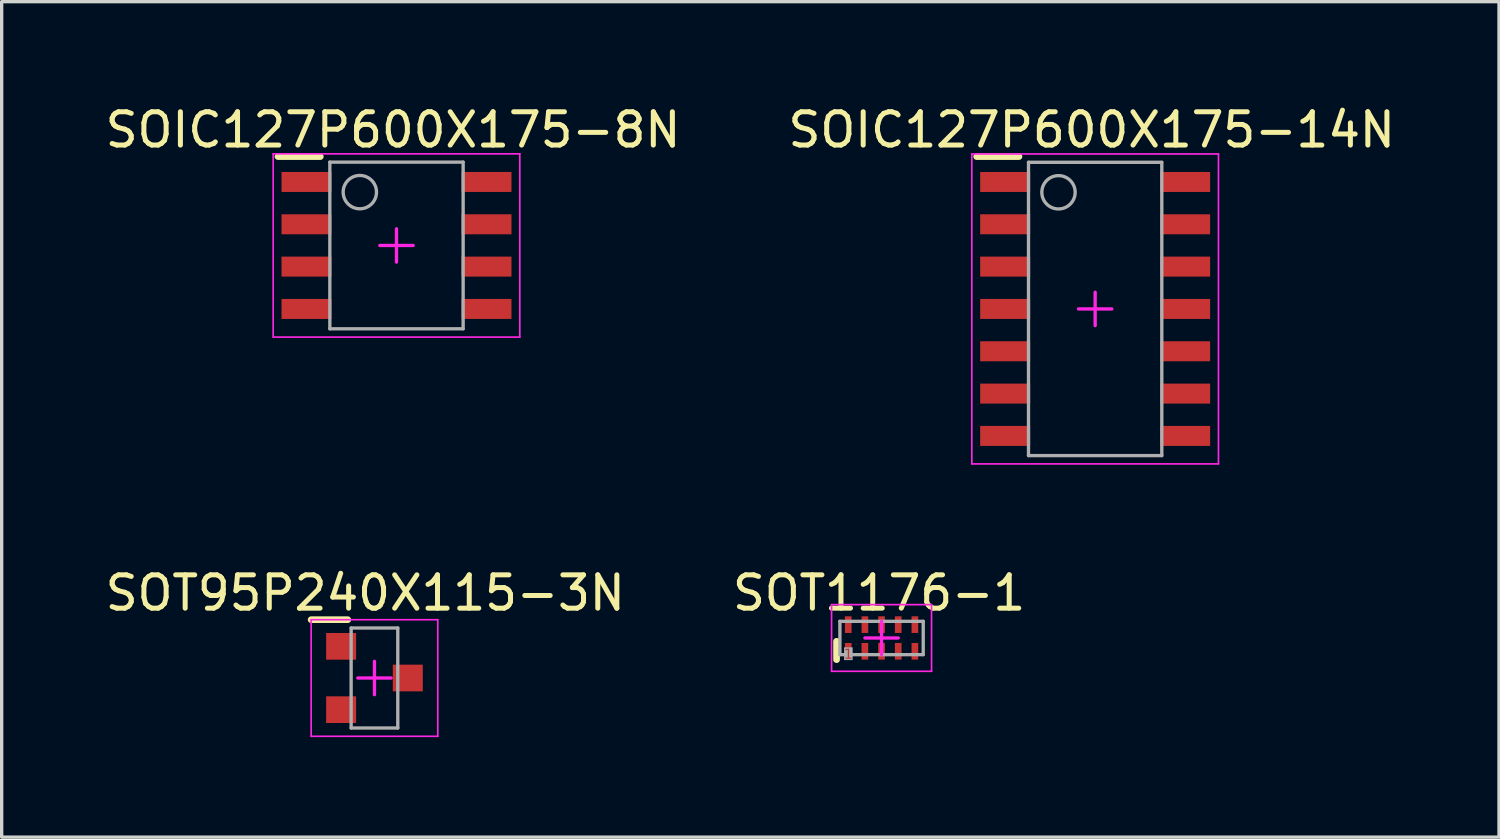
<source format=kicad_pcb>
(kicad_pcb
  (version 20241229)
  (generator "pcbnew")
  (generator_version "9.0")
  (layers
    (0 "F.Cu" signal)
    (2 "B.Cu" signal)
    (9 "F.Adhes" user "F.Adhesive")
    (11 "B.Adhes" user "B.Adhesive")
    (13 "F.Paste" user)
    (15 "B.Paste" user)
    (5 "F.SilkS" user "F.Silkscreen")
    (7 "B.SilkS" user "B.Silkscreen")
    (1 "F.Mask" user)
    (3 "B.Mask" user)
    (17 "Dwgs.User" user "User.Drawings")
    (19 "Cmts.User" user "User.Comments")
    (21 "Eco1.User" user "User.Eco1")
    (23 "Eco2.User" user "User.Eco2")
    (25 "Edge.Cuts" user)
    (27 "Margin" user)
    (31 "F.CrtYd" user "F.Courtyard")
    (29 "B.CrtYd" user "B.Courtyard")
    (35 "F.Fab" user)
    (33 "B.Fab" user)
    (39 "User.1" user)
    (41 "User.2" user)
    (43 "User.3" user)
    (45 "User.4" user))
  (footprint "SOIC127P600X175-8N"
    (layer "F.Cu")
    (at 8.847 4.315)
    (property "Reference" "SOIC127P600X175-8N" (at -0.103 -3.467 0) (layer "F.SilkS") (effects (font (size 1 1) (thickness 0.15))))
    (fp_line (start -3.556 -2.667) (end -2.286 -2.667) (stroke (width 0.2) (type solid)) (layer "F.SilkS"))
    (fp_line (start -3.7 -2.75) (end 3.7 -2.75) (stroke (width 0.05) (type solid)) (layer "F.CrtYd"))
    (fp_line (start -3.7 2.75) (end -3.7 -2.75) (stroke (width 0.05) (type solid)) (layer "F.CrtYd"))
    (fp_line (start -3.7 2.75) (end 3.7 2.75) (stroke (width 0.05) (type solid)) (layer "F.CrtYd"))
    (fp_line (start -0.5 0) (end 0.5 0) (stroke (width 0.1) (type solid)) (layer "F.CrtYd"))
    (fp_line (start 0 0.5) (end 0 -0.5) (stroke (width 0.1) (type solid)) (layer "F.CrtYd"))
    (fp_line (start 3.7 2.75) (end 3.7 -2.75) (stroke (width 0.05) (type solid)) (layer "F.CrtYd"))
    (fp_line (start -2 -2.5) (end 2 -2.5) (stroke (width 0.1) (type solid)) (layer "F.Fab"))
    (fp_line (start -2 2.5) (end -2 -2.5) (stroke (width 0.1) (type solid)) (layer "F.Fab"))
    (fp_line (start -2 2.5) (end 2 2.5) (stroke (width 0.1) (type solid)) (layer "F.Fab"))
    (fp_line (start 2 2.5) (end 2 -2.5) (stroke (width 0.1) (type solid)) (layer "F.Fab"))
    (fp_circle (center -1.1 -1.6) (end -1.1 -2.1) (stroke (width 0.1) (type solid)) (fill no) (layer "F.Fab"))
    (pad "1" smd rect (at -2.7 -1.905 90) (size 0.6 1.5) (layers "F.Cu" "F.Mask" "F.Paste"))
    (pad "2" smd rect (at -2.7 -0.635 90) (size 0.6 1.5) (layers "F.Cu" "F.Mask" "F.Paste"))
    (pad "3" smd rect (at -2.7 0.635 90) (size 0.6 1.5) (layers "F.Cu" "F.Mask" "F.Paste"))
    (pad "4" smd rect (at -2.7 1.905 90) (size 0.6 1.5) (layers "F.Cu" "F.Mask" "F.Paste"))
    (pad "5" smd rect (at 2.7 1.905 90) (size 0.6 1.5) (layers "F.Cu" "F.Mask" "F.Paste"))
    (pad "6" smd rect (at 2.7 0.635 90) (size 0.6 1.5) (layers "F.Cu" "F.Mask" "F.Paste"))
    (pad "7" smd rect (at 2.7 -0.635 90) (size 0.6 1.5) (layers "F.Cu" "F.Mask" "F.Paste"))
    (pad "8" smd rect (at 2.7 -1.905 90) (size 0.6 1.5) (layers "F.Cu" "F.Mask" "F.Paste")))
  (footprint "SOIC127P600X175-14N"
    (layer "F.Cu")
    (at 29.811 6.22)
    (property "Reference" "SOIC127P600X175-14N" (at -0.103 -5.372 0) (layer "F.SilkS") (effects (font (size 1 1) (thickness 0.15))))
    (fp_line (start -3.556 -4.572) (end -2.286 -4.572) (stroke (width 0.2) (type solid)) (layer "F.SilkS"))
    (fp_line (start -3.7 -4.65) (end 3.7 -4.65) (stroke (width 0.05) (type solid)) (layer "F.CrtYd"))
    (fp_line (start -3.7 4.65) (end -3.7 -4.65) (stroke (width 0.05) (type solid)) (layer "F.CrtYd"))
    (fp_line (start -3.7 4.65) (end 3.7 4.65) (stroke (width 0.05) (type solid)) (layer "F.CrtYd"))
    (fp_line (start -0.5 0) (end 0.5 0) (stroke (width 0.1) (type solid)) (layer "F.CrtYd"))
    (fp_line (start 0 0.5) (end 0 -0.5) (stroke (width 0.1) (type solid)) (layer "F.CrtYd"))
    (fp_line (start 3.7 4.65) (end 3.7 -4.65) (stroke (width 0.05) (type solid)) (layer "F.CrtYd"))
    (fp_line (start -2 -4.4) (end 2 -4.4) (stroke (width 0.1) (type solid)) (layer "F.Fab"))
    (fp_line (start -2 4.4) (end -2 -4.4) (stroke (width 0.1) (type solid)) (layer "F.Fab"))
    (fp_line (start -2 4.4) (end 2 4.4) (stroke (width 0.1) (type solid)) (layer "F.Fab"))
    (fp_line (start 2 4.4) (end 2 -4.4) (stroke (width 0.1) (type solid)) (layer "F.Fab"))
    (fp_circle (center -1.1 -3.5) (end -1.1 -4) (stroke (width 0.1) (type solid)) (fill no) (layer "F.Fab"))
    (pad "1" smd rect (at -2.7 -3.81 90) (size 0.6 1.5) (layers "F.Cu" "F.Mask" "F.Paste"))
    (pad "2" smd rect (at -2.7 -2.54 90) (size 0.6 1.5) (layers "F.Cu" "F.Mask" "F.Paste"))
    (pad "3" smd rect (at -2.7 -1.27 90) (size 0.6 1.5) (layers "F.Cu" "F.Mask" "F.Paste"))
    (pad "4" smd rect (at -2.7 0 90) (size 0.6 1.5) (layers "F.Cu" "F.Mask" "F.Paste"))
    (pad "5" smd rect (at -2.7 1.27 90) (size 0.6 1.5) (layers "F.Cu" "F.Mask" "F.Paste"))
    (pad "6" smd rect (at -2.7 2.54 90) (size 0.6 1.5) (layers "F.Cu" "F.Mask" "F.Paste"))
    (pad "7" smd rect (at -2.7 3.81 90) (size 0.6 1.5) (layers "F.Cu" "F.Mask" "F.Paste"))
    (pad "8" smd rect (at 2.7 3.81 90) (size 0.6 1.5) (layers "F.Cu" "F.Mask" "F.Paste"))
    (pad "9" smd rect (at 2.7 2.54 90) (size 0.6 1.5) (layers "F.Cu" "F.Mask" "F.Paste"))
    (pad "10" smd rect (at 2.7 1.27 90) (size 0.6 1.5) (layers "F.Cu" "F.Mask" "F.Paste"))
    (pad "11" smd rect (at 2.7 0 90) (size 0.6 1.5) (layers "F.Cu" "F.Mask" "F.Paste"))
    (pad "12" smd rect (at 2.7 -1.27 90) (size 0.6 1.5) (layers "F.Cu" "F.Mask" "F.Paste"))
    (pad "13" smd rect (at 2.7 -2.54 90) (size 0.6 1.5) (layers "F.Cu" "F.Mask" "F.Paste"))
    (pad "14" smd rect (at 2.7 -3.81 90) (size 0.6 1.5) (layers "F.Cu" "F.Mask" "F.Paste")))
  (footprint "SOT1176-1"
    (layer "F.Cu")
    (at 23.402 16.093)
    (property "Reference" "SOT1176-1" (at -0.075 -1.35 0) (layer "F.SilkS") (effects (font (size 1 1) (thickness 0.15))))
    (fp_line (start -1.35 0.65) (end -1.35 0.1) (stroke (width 0.2) (type solid)) (layer "F.SilkS"))
    (fp_line (start -1.5 -1) (end 1.5 -1) (stroke (width 0.05) (type solid)) (layer "F.CrtYd"))
    (fp_line (start -1.5 1) (end -1.5 -1) (stroke (width 0.05) (type solid)) (layer "F.CrtYd"))
    (fp_line (start -1.5 1) (end 1.5 1) (stroke (width 0.05) (type solid)) (layer "F.CrtYd"))
    (fp_line (start -0.5 0) (end 0.5 0) (stroke (width 0.1) (type solid)) (layer "F.CrtYd"))
    (fp_line (start 0 0.5) (end 0 -0.5) (stroke (width 0.1) (type solid)) (layer "F.CrtYd"))
    (fp_line (start 1.5 1) (end 1.5 -1) (stroke (width 0.05) (type solid)) (layer "F.CrtYd"))
    (fp_line (start -1.25 -0.5) (end 1.25 -0.5) (stroke (width 0.1) (type solid)) (layer "F.Fab"))
    (fp_line (start -1.25 0.5) (end -1.25 -0.5) (stroke (width 0.1) (type solid)) (layer "F.Fab"))
    (fp_line (start -1.25 0.5) (end -1.086 0.5) (stroke (width 0.1) (type solid)) (layer "F.Fab"))
    (fp_line (start -0.912 0.5) (end 1.25 0.5) (stroke (width 0.1) (type solid)) (layer "F.Fab"))
    (fp_line (start 1.25 0.5) (end 1.25 -0.5) (stroke (width 0.1) (type solid)) (layer "F.Fab"))
    (fp_text user "1" (at -1 0.5 0) (unlocked yes) (layer "F.Fab" knockout) (effects (font (face "Arial") (size 0.3 0.3) (thickness 0.254))))
    (pad "1" smd rect (at -1 0.4) (size 0.2 0.5) (layers "F.Cu" "F.Mask" "F.Paste"))
    (pad "2" smd rect (at -0.5 0.4) (size 0.2 0.5) (layers "F.Cu" "F.Mask" "F.Paste"))
    (pad "3" smd rect (at 0 0.4) (size 0.2 0.5) (layers "F.Cu" "F.Mask" "F.Paste"))
    (pad "4" smd rect (at 0.5 0.4) (size 0.2 0.5) (layers "F.Cu" "F.Mask" "F.Paste"))
    (pad "5" smd rect (at 1 0.4) (size 0.2 0.5) (layers "F.Cu" "F.Mask" "F.Paste"))
    (pad "6" smd rect (at 1 -0.4) (size 0.2 0.5) (layers "F.Cu" "F.Mask" "F.Paste"))
    (pad "7" smd rect (at 0.5 -0.4) (size 0.2 0.5) (layers "F.Cu" "F.Mask" "F.Paste"))
    (pad "8" smd rect (at 0 -0.4) (size 0.2 0.5) (layers "F.Cu" "F.Mask" "F.Paste"))
    (pad "9" smd rect (at -0.5 -0.4) (size 0.2 0.5) (layers "F.Cu" "F.Mask" "F.Paste"))
    (pad "10" smd rect (at -1 -0.4) (size 0.2 0.5) (layers "F.Cu" "F.Mask" "F.Paste")))
  (footprint "SOT95P240X115-3N"
    (layer "F.Cu")
    (at 8.186 17.294)
    (property "Reference" "SOT95P240X115-3N" (at -0.275 -2.55 0) (layer "F.SilkS") (effects (font (size 1 1) (thickness 0.15))))
    (fp_line (start -1.9 -1.75) (end -0.8 -1.75) (stroke (width 0.2) (type solid)) (layer "F.SilkS"))
    (fp_line (start -1.9 -1.75) (end 1.9 -1.75) (stroke (width 0.05) (type solid)) (layer "F.CrtYd"))
    (fp_line (start -1.9 1.75) (end -1.9 -1.75) (stroke (width 0.05) (type solid)) (layer "F.CrtYd"))
    (fp_line (start -1.9 1.75) (end 1.9 1.75) (stroke (width 0.05) (type solid)) (layer "F.CrtYd"))
    (fp_line (start -0.5 0) (end 0.5 0) (stroke (width 0.1) (type solid)) (layer "F.CrtYd"))
    (fp_line (start 0 0.5) (end 0 -0.5) (stroke (width 0.1) (type solid)) (layer "F.CrtYd"))
    (fp_line (start 1.9 1.75) (end 1.9 -1.75) (stroke (width 0.05) (type solid)) (layer "F.CrtYd"))
    (fp_line (start -0.7 -1.5) (end 0.7 -1.5) (stroke (width 0.1) (type solid)) (layer "F.Fab"))
    (fp_line (start -0.7 1.5) (end -0.7 -1.5) (stroke (width 0.1) (type solid)) (layer "F.Fab"))
    (fp_line (start -0.7 1.5) (end 0.7 1.5) (stroke (width 0.1) (type solid)) (layer "F.Fab"))
    (fp_line (start 0.7 1.5) (end 0.7 -1.5) (stroke (width 0.1) (type solid)) (layer "F.Fab"))
    (pad "1" smd rect (at -1 -0.95 90) (size 0.8 0.9) (layers "F.Cu" "F.Mask" "F.Paste"))
    (pad "2" smd rect (at -1 0.95 90) (size 0.8 0.9) (layers "F.Cu" "F.Mask" "F.Paste"))
    (pad "3" smd rect (at 1 0 90) (size 0.8 0.9) (layers "F.Cu" "F.Mask" "F.Paste")))
  (gr_rect
    (start -3 -3)
    (end 41.929 22.069)
    (stroke (width 0.1) (type default))
    (fill no)
    (layer "Edge.Cuts")))
</source>
